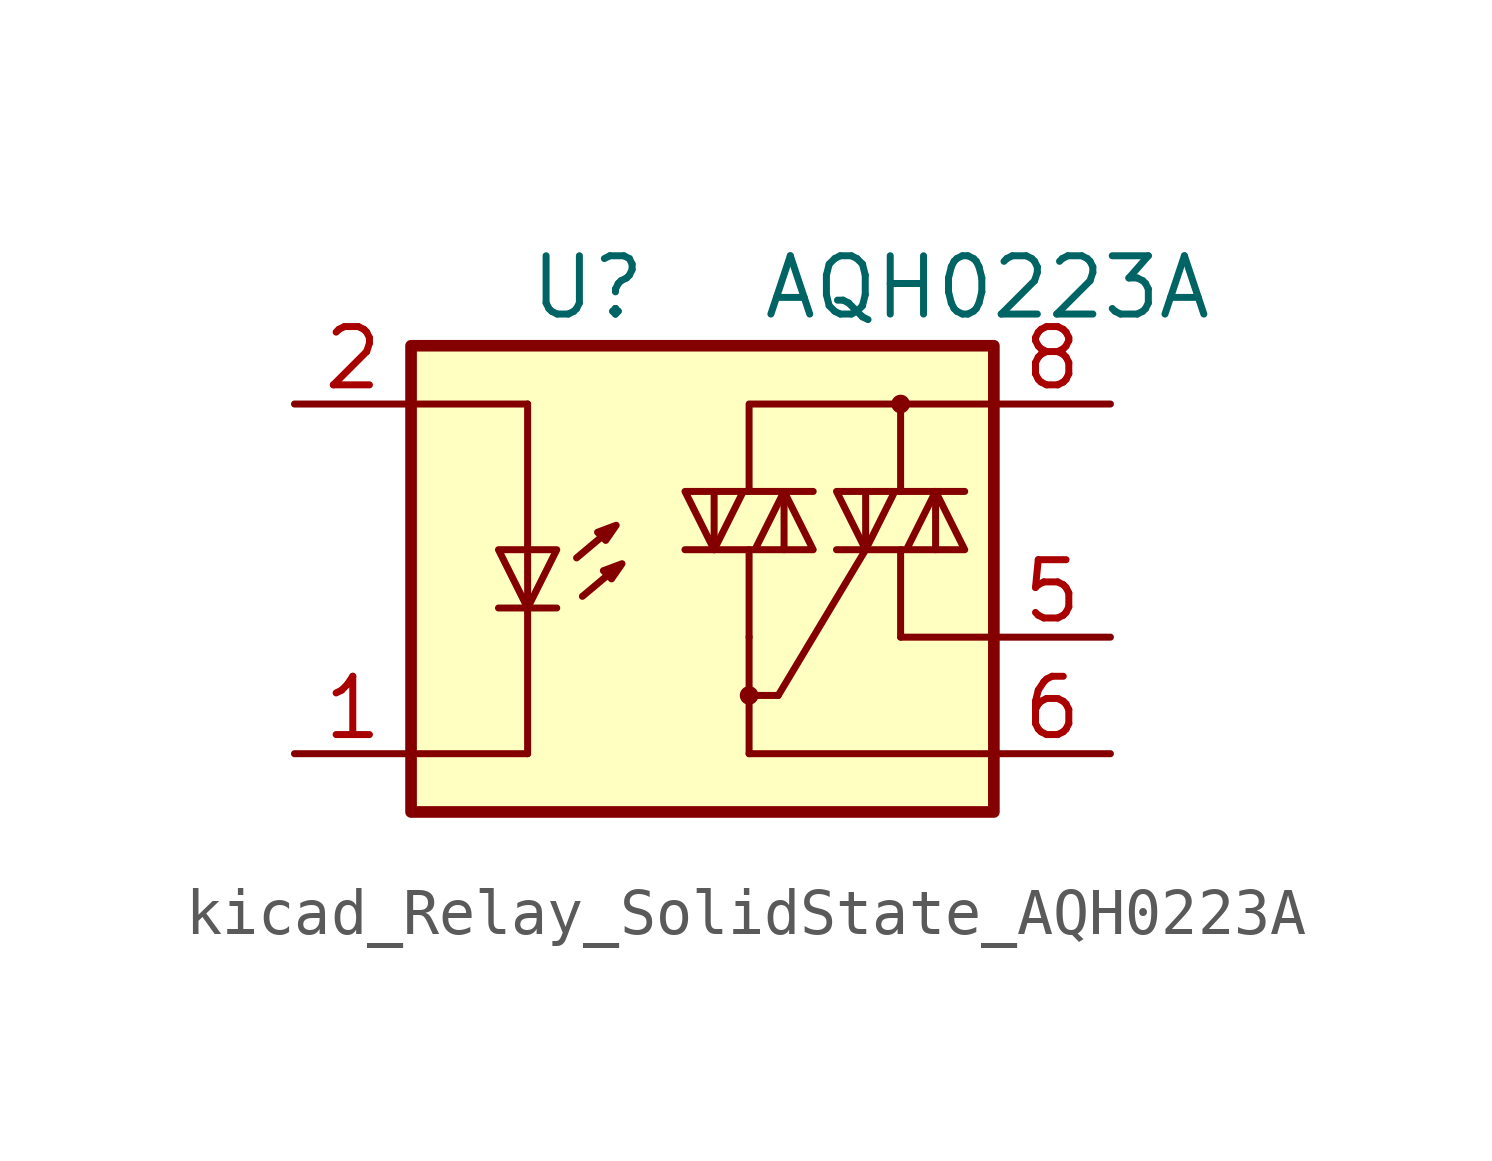
<source format=kicad_sym>
(kicad_symbol_lib
  (version 20220914)
  (generator kicad_symbol_editor)
  (symbol "kicad_Relay_SolidState_AQH0223A"
    (property "Reference" "U"
      (at -5.08 5.08 0)
      (effects (font (size 1.27 1.27)) (justify left)))
    (property "Value" "AQH0223A"
      (at 0 5.08 0)
      (effects (font (size 1.27 1.27)) (justify left)))
    (symbol "kicad_Relay_SolidState_AQH0223A_1_1"
      (rectangle (start -7.62 3.81) (end 5.08 -6.35) (stroke (width 0.254) (type default)) (fill (type background)))
      (circle (center -0.254 -3.81) (radius 0.127) (stroke (width 0) (type default)) (fill (type none)))
      (polyline (pts (xy -5.715 -1.905) (xy -4.445 -1.905)) (stroke (width 0) (type default)) (fill (type none)))
      (polyline (pts (xy -5.08 -5.08) (xy -7.62 -5.08)) (stroke (width 0) (type default)) (fill (type none)))
      (polyline (pts (xy -5.08 -1.905) (xy -5.08 -5.08)) (stroke (width 0) (type default)) (fill (type none)))
      (polyline (pts (xy -5.08 -0.635) (xy -5.08 -1.905)) (stroke (width 0) (type default)) (fill (type none)))
      (polyline (pts (xy -5.08 -0.635) (xy -5.08 2.54)) (stroke (width 0) (type default)) (fill (type none)))
      (polyline (pts (xy -5.08 2.54) (xy -7.493 2.54)) (stroke (width 0) (type default)) (fill (type none)))
      (polyline (pts (xy -3.378 -0.279) (xy -4.013 -0.813)) (stroke (width 0) (type default)) (fill (type none)))
      (polyline (pts (xy -3.251 -1.118) (xy -3.886 -1.651)) (stroke (width 0) (type default)) (fill (type none)))
      (polyline (pts (xy -1.016 -0.635) (xy -1.016 0.635)) (stroke (width 0) (type default)) (fill (type none)))
      (polyline (pts (xy -0.254 -3.81) (xy 0.381 -3.81)) (stroke (width 0) (type default)) (fill (type none)))
      (polyline (pts (xy -0.254 -2.54) (xy -0.254 -5.08)) (stroke (width 0) (type default)) (fill (type none)))
      (polyline (pts (xy -0.254 -2.54) (xy -0.254 -0.635)) (stroke (width 0) (type default)) (fill (type none)))
      (polyline (pts (xy 0.381 -3.81) (xy 2.286 -0.635)) (stroke (width 0) (type default)) (fill (type none)))
      (polyline (pts (xy 0.508 0.635) (xy 0.508 -0.635)) (stroke (width 0) (type default)) (fill (type none)))
      (polyline (pts (xy 2.286 -0.635) (xy 2.286 0.635)) (stroke (width 0) (type default)) (fill (type none)))
      (polyline (pts (xy 3.048 -2.54) (xy 5.08 -2.54)) (stroke (width 0) (type default)) (fill (type none)))
      (polyline (pts (xy 3.048 -0.635) (xy 3.048 -2.54)) (stroke (width 0) (type default)) (fill (type none)))
      (polyline (pts (xy 3.048 2.54) (xy 3.048 0.635)) (stroke (width 0) (type default)) (fill (type none)))
      (polyline (pts (xy 3.81 0.635) (xy 3.81 -0.635)) (stroke (width 0) (type default)) (fill (type none)))
      (polyline (pts (xy 5.08 -5.08) (xy -0.254 -5.08)) (stroke (width 0) (type default)) (fill (type none)))
      (polyline (pts (xy 5.08 2.54) (xy 3.048 2.54)) (stroke (width 0) (type default)) (fill (type none)))
      (polyline (pts (xy 3.048 2.54) (xy -0.254 2.54) (xy -0.254 0.635)) (stroke (width 0) (type default)) (fill (type none)))
      (polyline (pts (xy -5.08 -1.905) (xy -5.715 -0.635) (xy -4.445 -0.635) (xy -5.08 -1.905)) (stroke (width 0) (type default)) (fill (type none)))
      (polyline (pts (xy -3.556 -0.254) (xy -3.378 -0.432) (xy -3.15 -0.102) (xy -3.556 -0.254)) (stroke (width 0) (type default)) (fill (type none)))
      (polyline (pts (xy -3.429 -1.092) (xy -3.251 -1.27) (xy -3.023 -0.94) (xy -3.429 -1.092)) (stroke (width 0) (type default)) (fill (type none)))
      (polyline (pts (xy -1.651 -0.635) (xy 1.143 -0.635) (xy 0.508 0.635) (xy -0.127 -0.635)) (stroke (width 0) (type default)) (fill (type none)))
      (polyline (pts (xy 1.143 0.635) (xy -1.651 0.635) (xy -1.016 -0.635) (xy -0.381 0.635)) (stroke (width 0) (type default)) (fill (type none)))
      (polyline (pts (xy 1.651 -0.635) (xy 4.445 -0.635) (xy 3.81 0.635) (xy 3.175 -0.635)) (stroke (width 0) (type default)) (fill (type none)))
      (polyline (pts (xy 4.445 0.635) (xy 1.651 0.635) (xy 2.286 -0.635) (xy 2.921 0.635)) (stroke (width 0) (type default)) (fill (type none)))
      (circle (center 3.048 2.54) (radius 0.127) (stroke (width 0) (type default)) (fill (type none)))
      (pin passive line (at -10.16 -5.08 0) (length 2.54) (name "~" (effects (font (size 1.27 1.27)))) (number "1" (effects (font (size 1.27 1.27)))))
      (pin passive line (at -10.16 2.54 0) (length 2.54) (name "~" (effects (font (size 1.27 1.27)))) (number "2" (effects (font (size 1.27 1.27)))))
      (pin passive line (at -10.16 -5.08 0) (length 2.54) hide (name "~" (effects (font (size 1.27 1.27)))) (number "3" (effects (font (size 1.27 1.27)))))
      (pin passive line (at -10.16 -5.08 0) (length 2.54) hide (name "~" (effects (font (size 1.27 1.27)))) (number "4" (effects (font (size 1.27 1.27)))))
      (pin passive line (at 7.62 -2.54 180) (length 2.54) (name "~" (effects (font (size 1.27 1.27)))) (number "5" (effects (font (size 1.27 1.27)))))
      (pin passive line (at 7.62 -5.08 180) (length 2.54) (name "~" (effects (font (size 1.27 1.27)))) (number "6" (effects (font (size 1.27 1.27)))))
      (pin passive line (at 7.62 2.54 180) (length 2.54) (name "~" (effects (font (size 1.27 1.27)))) (number "8" (effects (font (size 1.27 1.27))))))))
</source>
